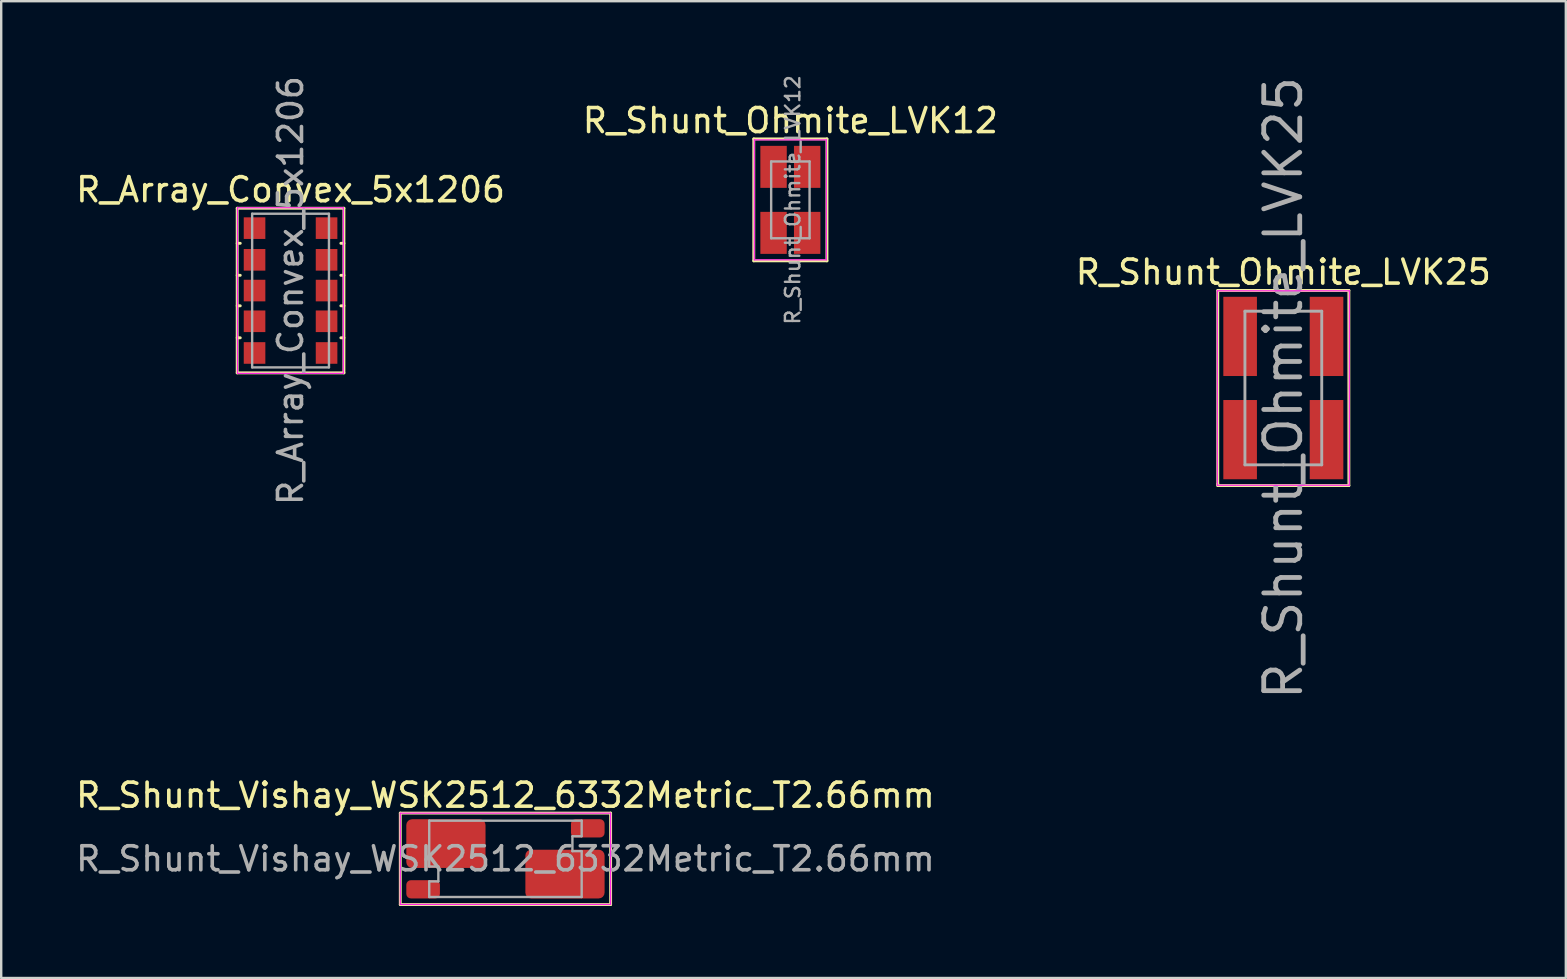
<source format=kicad_pcb>
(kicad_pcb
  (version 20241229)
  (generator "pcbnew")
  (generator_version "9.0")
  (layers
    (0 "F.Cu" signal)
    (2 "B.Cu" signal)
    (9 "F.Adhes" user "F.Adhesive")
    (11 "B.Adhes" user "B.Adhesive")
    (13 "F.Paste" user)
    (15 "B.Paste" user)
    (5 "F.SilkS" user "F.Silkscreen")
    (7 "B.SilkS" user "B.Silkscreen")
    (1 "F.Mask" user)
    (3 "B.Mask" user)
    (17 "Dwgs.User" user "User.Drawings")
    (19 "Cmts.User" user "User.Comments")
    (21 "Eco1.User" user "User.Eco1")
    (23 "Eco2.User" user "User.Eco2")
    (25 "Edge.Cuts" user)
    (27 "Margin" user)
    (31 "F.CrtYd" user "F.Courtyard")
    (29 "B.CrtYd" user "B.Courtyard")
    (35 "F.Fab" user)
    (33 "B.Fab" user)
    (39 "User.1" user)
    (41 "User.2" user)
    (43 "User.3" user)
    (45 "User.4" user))
  (footprint "R_Shunt_Ohmite_LVK12"
    (layer "F.Cu")
    (at 29.875 5.276)
    (property "Reference" "R_Shunt_Ohmite_LVK12" (at 0 -3.302 180) (layer "F.SilkS") (effects (font (size 1 1) (thickness 0.15))))
    (attr smd)
    (fp_line (start -1.524 -2.54) (end -1.524 2.54) (stroke (width 0.12) (type solid)) (layer "F.SilkS"))
    (fp_line (start -1.524 2.54) (end 1.524 2.54) (stroke (width 0.12) (type solid)) (layer "F.SilkS"))
    (fp_line (start 1.524 -2.54) (end -1.524 -2.54) (stroke (width 0.12) (type solid)) (layer "F.SilkS"))
    (fp_line (start 1.524 2.54) (end 1.524 -2.54) (stroke (width 0.12) (type solid)) (layer "F.SilkS"))
    (fp_line (start -1.5 -2.5) (end 1.5 -2.5) (stroke (width 0.05) (type solid)) (layer "F.CrtYd"))
    (fp_line (start -1.5 2.5) (end -1.5 -2.5) (stroke (width 0.05) (type solid)) (layer "F.CrtYd"))
    (fp_line (start 1.5 -2.5) (end 1.5 2.5) (stroke (width 0.05) (type solid)) (layer "F.CrtYd"))
    (fp_line (start 1.5 2.5) (end -1.5 2.5) (stroke (width 0.05) (type solid)) (layer "F.CrtYd"))
    (fp_line (start -0.8 -1.6) (end -0.8 1.6) (stroke (width 0.1) (type solid)) (layer "F.Fab"))
    (fp_line (start -0.8 1.6) (end 0.8 1.6) (stroke (width 0.1) (type solid)) (layer "F.Fab"))
    (fp_line (start 0.8 -1.6) (end -0.8 -1.6) (stroke (width 0.1) (type solid)) (layer "F.Fab"))
    (fp_line (start 0.8 1.6) (end 0.8 -1.6) (stroke (width 0.1) (type solid)) (layer "F.Fab"))
    (fp_text user "${REFERENCE}" (at 0.1 0 90) (layer "F.Fab") (effects (font (size 0.6 0.6) (thickness 0.1))))
    (pad "1" smd rect (at -0.7 -1.375) (size 1.1 1.75) (layers "F.Cu" "F.Mask" "F.Paste"))
    (pad "2" smd rect (at 0.7 -1.375) (size 1.1 1.75) (layers "F.Cu" "F.Mask" "F.Paste"))
    (pad "3" smd rect (at -0.7 1.375) (size 1.1 1.75) (layers "F.Cu" "F.Mask" "F.Paste"))
    (pad "4" smd rect (at 0.7 1.375) (size 1.1 1.75) (layers "F.Cu" "F.Mask" "F.Paste")))
  (footprint "R_Array_Convex_5x1206"
    (layer "F.Cu")
    (at 9.054 9.054)
    (property "Reference" "R_Array_Convex_5x1206" (at 0 -4.2 0) (layer "F.SilkS") (effects (font (size 1 1) (thickness 0.15))))
    (attr smd)
    (fp_line (start -2.223 -3.429) (end -2.223 3.429) (stroke (width 0.12) (type solid)) (layer "F.SilkS"))
    (fp_line (start -2.223 -1.968) (end -2.095 -1.968) (stroke (width 0.12) (type solid)) (layer "F.SilkS"))
    (fp_line (start -2.223 -0.635) (end -2.095 -0.635) (stroke (width 0.12) (type solid)) (layer "F.SilkS"))
    (fp_line (start -2.223 0.635) (end -2.095 0.635) (stroke (width 0.12) (type solid)) (layer "F.SilkS"))
    (fp_line (start -2.223 1.968) (end -2.095 1.968) (stroke (width 0.12) (type solid)) (layer "F.SilkS"))
    (fp_line (start -2.223 3.429) (end 2.223 3.429) (stroke (width 0.12) (type solid)) (layer "F.SilkS"))
    (fp_line (start 2.223 -3.429) (end -2.223 -3.429) (stroke (width 0.12) (type solid)) (layer "F.SilkS"))
    (fp_line (start 2.223 -1.968) (end 2.095 -1.968) (stroke (width 0.12) (type solid)) (layer "F.SilkS"))
    (fp_line (start 2.223 -0.635) (end 2.095 -0.635) (stroke (width 0.12) (type solid)) (layer "F.SilkS"))
    (fp_line (start 2.223 0.635) (end 2.095 0.635) (stroke (width 0.12) (type solid)) (layer "F.SilkS"))
    (fp_line (start 2.223 1.968) (end 2.095 1.968) (stroke (width 0.12) (type solid)) (layer "F.SilkS"))
    (fp_line (start 2.223 3.429) (end 2.223 -3.429) (stroke (width 0.12) (type solid)) (layer "F.SilkS"))
    (fp_line (start -2.21 -3.45) (end -2.21 3.45) (stroke (width 0.05) (type solid)) (layer "F.CrtYd"))
    (fp_line (start -2.21 -3.45) (end 2.2 -3.45) (stroke (width 0.05) (type solid)) (layer "F.CrtYd"))
    (fp_line (start 2.2 3.45) (end -2.21 3.45) (stroke (width 0.05) (type solid)) (layer "F.CrtYd"))
    (fp_line (start 2.2 3.45) (end 2.2 -3.45) (stroke (width 0.05) (type solid)) (layer "F.CrtYd"))
    (fp_line (start -1.6 -3.2) (end 1.6 -3.2) (stroke (width 0.1) (type solid)) (layer "F.Fab"))
    (fp_line (start -1.6 3.2) (end -1.6 -3.2) (stroke (width 0.1) (type solid)) (layer "F.Fab"))
    (fp_line (start 1.6 -3.2) (end 1.6 3.2) (stroke (width 0.1) (type solid)) (layer "F.Fab"))
    (fp_line (start 1.6 3.2) (end -1.6 3.2) (stroke (width 0.1) (type solid)) (layer "F.Fab"))
    (fp_text user "${REFERENCE}" (at 0 0 90) (layer "F.Fab") (effects (font (size 1 1) (thickness 0.15))))
    (pad "1" smd rect (at -1.5 -2.6) (size 0.9 0.9) (layers "F.Cu" "F.Mask" "F.Paste"))
    (pad "2" smd rect (at -1.5 -1.28) (size 0.9 0.9) (layers "F.Cu" "F.Mask" "F.Paste"))
    (pad "3" smd rect (at -1.5 0) (size 0.9 0.9) (layers "F.Cu" "F.Mask" "F.Paste"))
    (pad "4" smd rect (at -1.5 1.28) (size 0.9 0.9) (layers "F.Cu" "F.Mask" "F.Paste"))
    (pad "5" smd rect (at -1.5 2.6) (size 0.9 0.9) (layers "F.Cu" "F.Mask" "F.Paste"))
    (pad "6" smd rect (at 1.5 2.6) (size 0.9 0.9) (layers "F.Cu" "F.Mask" "F.Paste"))
    (pad "7" smd rect (at 1.5 1.28) (size 0.9 0.9) (layers "F.Cu" "F.Mask" "F.Paste"))
    (pad "8" smd rect (at 1.5 0) (size 0.9 0.9) (layers "F.Cu" "F.Mask" "F.Paste"))
    (pad "9" smd rect (at 1.5 -1.28) (size 0.9 0.9) (layers "F.Cu" "F.Mask" "F.Paste"))
    (pad "10" smd rect (at 1.5 -2.6) (size 0.9 0.9) (layers "F.Cu" "F.Mask" "F.Paste")))
  (footprint "R_Shunt_Ohmite_LVK25"
    (layer "F.Cu")
    (at 50.411 13.114)
    (property "Reference" "R_Shunt_Ohmite_LVK25" (at 0 -4.826 0) (layer "F.SilkS") (effects (font (size 1 1) (thickness 0.15))))
    (attr smd)
    (fp_line (start -2.731 -4.064) (end -2.731 4) (stroke (width 0.12) (type solid)) (layer "F.SilkS"))
    (fp_line (start -2.731 4) (end -2.731 4.064) (stroke (width 0.12) (type solid)) (layer "F.SilkS"))
    (fp_line (start -2.731 4.064) (end 2.731 4.064) (stroke (width 0.12) (type solid)) (layer "F.SilkS"))
    (fp_line (start 2.731 -4.064) (end -2.731 -4.064) (stroke (width 0.12) (type solid)) (layer "F.SilkS"))
    (fp_line (start 2.731 4.064) (end 2.731 -4.064) (stroke (width 0.12) (type solid)) (layer "F.SilkS"))
    (fp_line (start -2.75 -4.05) (end 2.75 -4.05) (stroke (width 0.05) (type solid)) (layer "F.CrtYd"))
    (fp_line (start -2.75 4.05) (end -2.75 -4.05) (stroke (width 0.05) (type solid)) (layer "F.CrtYd"))
    (fp_line (start 2.75 -4.05) (end 2.75 4.05) (stroke (width 0.05) (type solid)) (layer "F.CrtYd"))
    (fp_line (start 2.75 4.05) (end -2.75 4.05) (stroke (width 0.05) (type solid)) (layer "F.CrtYd"))
    (fp_line (start -1.6 -3.2) (end 1.6 -3.2) (stroke (width 0.12) (type solid)) (layer "F.Fab"))
    (fp_line (start -1.6 3.2) (end -1.6 -3.2) (stroke (width 0.12) (type solid)) (layer "F.Fab"))
    (fp_line (start 0 3.2) (end -1.6 3.2) (stroke (width 0.12) (type solid)) (layer "F.Fab"))
    (fp_line (start 1.6 -3.2) (end 1.6 3.2) (stroke (width 0.12) (type solid)) (layer "F.Fab"))
    (fp_line (start 1.6 3.2) (end 0 3.2) (stroke (width 0.12) (type solid)) (layer "F.Fab"))
    (fp_text user "${REFERENCE}" (at 0 0 90) (layer "F.Fab") (effects (font (size 1.5 1.5) (thickness 0.2))))
    (pad "1" smd rect (at -1.8 -2.15) (size 1.4 3.3) (layers "F.Cu" "F.Mask" "F.Paste"))
    (pad "2" smd rect (at -1.8 2.15) (size 1.4 3.3) (layers "F.Cu" "F.Mask" "F.Paste"))
    (pad "3" smd rect (at 1.8 -2.15) (size 1.4 3.3) (layers "F.Cu" "F.Mask" "F.Paste"))
    (pad "4" smd rect (at 1.8 2.15) (size 1.4 3.3) (layers "F.Cu" "F.Mask" "F.Paste")))
  (footprint "R_Shunt_Vishay_WSK2512_6332Metric_T2.66mm"
    (layer "F.Cu")
    (at 18.006 32.727)
    (property "Reference" "R_Shunt_Vishay_WSK2512_6332Metric_T2.66mm" (at 0 -2.65 0) (layer "F.SilkS") (effects (font (size 1 1) (thickness 0.15))))
    (attr smd)
    (fp_line (start -4.381 -1.905) (end 4.381 -1.905) (stroke (width 0.12) (type solid)) (layer "F.SilkS"))
    (fp_line (start -4.381 1.905) (end -4.381 -1.905) (stroke (width 0.12) (type solid)) (layer "F.SilkS"))
    (fp_line (start 4.381 -1.905) (end 4.381 1.905) (stroke (width 0.12) (type solid)) (layer "F.SilkS"))
    (fp_line (start 4.381 1.905) (end -4.381 1.905) (stroke (width 0.12) (type solid)) (layer "F.SilkS"))
    (fp_line (start -4.38 -1.9) (end 4.38 -1.9) (stroke (width 0.05) (type solid)) (layer "F.CrtYd"))
    (fp_line (start -4.38 1.9) (end -4.38 -1.9) (stroke (width 0.05) (type solid)) (layer "F.CrtYd"))
    (fp_line (start 4.38 -1.9) (end 4.38 1.9) (stroke (width 0.05) (type solid)) (layer "F.CrtYd"))
    (fp_line (start 4.38 1.9) (end -4.38 1.9) (stroke (width 0.05) (type solid)) (layer "F.CrtYd"))
    (fp_line (start -3.175 -1.59) (end 3.175 -1.59) (stroke (width 0.1) (type solid)) (layer "F.Fab"))
    (fp_line (start -3.175 0.32) (end -3.175 -1.59) (stroke (width 0.1) (type solid)) (layer "F.Fab"))
    (fp_line (start -3.175 0.32) (end -2.795 0.32) (stroke (width 0.1) (type solid)) (layer "F.Fab"))
    (fp_line (start -3.175 0.94) (end -3.175 1.59) (stroke (width 0.1) (type solid)) (layer "F.Fab"))
    (fp_line (start -3.175 0.94) (end -2.795 0.94) (stroke (width 0.1) (type solid)) (layer "F.Fab"))
    (fp_line (start -2.795 0.94) (end -2.795 0.32) (stroke (width 0.1) (type solid)) (layer "F.Fab"))
    (fp_line (start 2.79 -0.94) (end 3.17 -0.94) (stroke (width 0.1) (type solid)) (layer "F.Fab"))
    (fp_line (start 2.79 -0.32) (end 2.79 -0.94) (stroke (width 0.1) (type solid)) (layer "F.Fab"))
    (fp_line (start 2.79 -0.32) (end 3.17 -0.32) (stroke (width 0.1) (type solid)) (layer "F.Fab"))
    (fp_line (start 3.175 -0.94) (end 3.175 -1.59) (stroke (width 0.1) (type solid)) (layer "F.Fab"))
    (fp_line (start 3.175 -0.32) (end 3.175 1.59) (stroke (width 0.1) (type solid)) (layer "F.Fab"))
    (fp_line (start 3.175 1.59) (end -3.175 1.59) (stroke (width 0.1) (type solid)) (layer "F.Fab"))
    (fp_text user "${REFERENCE}" (at 0 0 0) (layer "F.Fab") (effects (font (size 1 1) (thickness 0.15))))
    (pad "1" smd roundrect (at -2.48 -0.635) (size 3.3 2.03) (layers "F.Cu" "F.Mask" "F.Paste") (roundrect_rratio 0.12))
    (pad "2" smd roundrect (at -3.43 1.27) (size 1.4 0.76) (layers "F.Cu" "F.Mask" "F.Paste") (roundrect_rratio 0.25))
    (pad "3" smd roundrect (at 3.43 -1.27) (size 1.4 0.76) (layers "F.Cu" "F.Mask" "F.Paste") (roundrect_rratio 0.25))
    (pad "4" smd roundrect (at 2.48 0.635) (size 3.3 2.03) (layers "F.Cu" "F.Mask" "F.Paste") (roundrect_rratio 0.12)))
  (gr_rect
    (start -3 -3)
    (end 62.179 37.692)
    (stroke (width 0.1) (type default))
    (fill no)
    (layer "Edge.Cuts")))
</source>
